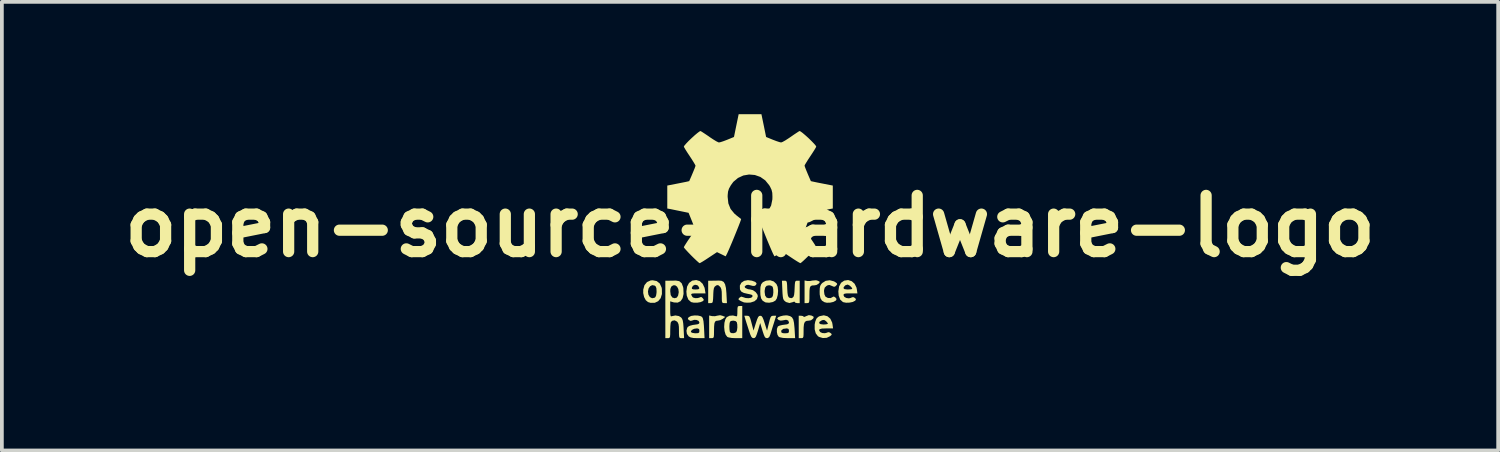
<source format=kicad_pcb>
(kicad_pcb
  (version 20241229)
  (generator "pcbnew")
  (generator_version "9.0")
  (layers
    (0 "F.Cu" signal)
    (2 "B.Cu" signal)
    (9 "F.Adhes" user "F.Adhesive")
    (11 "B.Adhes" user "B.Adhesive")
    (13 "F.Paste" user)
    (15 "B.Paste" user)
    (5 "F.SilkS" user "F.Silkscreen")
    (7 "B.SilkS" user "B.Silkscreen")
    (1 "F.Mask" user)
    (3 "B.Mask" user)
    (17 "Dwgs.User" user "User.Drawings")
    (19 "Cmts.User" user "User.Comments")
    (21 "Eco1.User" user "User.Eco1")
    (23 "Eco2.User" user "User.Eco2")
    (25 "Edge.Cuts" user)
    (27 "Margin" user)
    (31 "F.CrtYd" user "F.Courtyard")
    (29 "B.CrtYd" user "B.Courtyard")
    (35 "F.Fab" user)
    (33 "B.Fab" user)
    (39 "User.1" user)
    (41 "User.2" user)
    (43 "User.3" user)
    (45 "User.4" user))
  (footprint "open-source-hardware-logo"
    (layer "F.Cu")
    (at 16.979 2.99)
    (property "Reference" "open-source-hardware-logo" (at 0 0 0) (layer "F.SilkS") (effects (font (size 1.5 1.5) (thickness 0.3))))
    (attr board_only exclude_from_pos_files exclude_from_bom)
    (fp_poly (pts (xy -0.74 2.392) (xy -0.663 2.422) (xy -0.724 2.472) (xy -0.794 2.509) (xy -0.858 2.522) (xy -0.905 2.528) (xy -0.935 2.551) (xy -0.952 2.6) (xy -0.96 2.685) (xy -0.962 2.797) (xy -0.963 2.895) (xy -0.968 2.953) (xy -0.981 2.981) (xy -1.005 2.989) (xy -1.027 2.99) (xy -1.092 2.99) (xy -1.092 2.688) (xy -1.092 2.385) (xy -1.014 2.401) (xy -0.937 2.404) (xy -0.877 2.39) (xy -0.8 2.377)) (stroke (width 0) (type solid)) (fill yes) (layer "F.SilkS"))
    (fp_poly (pts (xy 1.806 1.456) (xy 1.855 1.477) (xy 1.86 1.5) (xy 1.834 1.533) (xy 1.774 1.57) (xy 1.717 1.58) (xy 1.657 1.583) (xy 1.619 1.601) (xy 1.597 1.644) (xy 1.588 1.721) (xy 1.586 1.834) (xy 1.585 1.941) (xy 1.581 2.006) (xy 1.571 2.039) (xy 1.552 2.052) (xy 1.521 2.054) (xy 1.456 2.054) (xy 1.456 1.752) (xy 1.456 1.45) (xy 1.525 1.463) (xy 1.604 1.464) (xy 1.664 1.452) (xy 1.763 1.444)) (stroke (width 0) (type solid)) (fill yes) (layer "F.SilkS"))
    (fp_poly (pts (xy 1.637 2.386) (xy 1.645 2.389) (xy 1.693 2.413) (xy 1.699 2.44) (xy 1.684 2.469) (xy 1.627 2.513) (xy 1.572 2.522) (xy 1.507 2.529) (xy 1.465 2.555) (xy 1.441 2.611) (xy 1.431 2.703) (xy 1.43 2.787) (xy 1.429 2.889) (xy 1.425 2.949) (xy 1.413 2.979) (xy 1.391 2.989) (xy 1.365 2.99) (xy 1.3 2.99) (xy 1.3 2.691) (xy 1.3 2.392) (xy 1.365 2.392) (xy 1.414 2.4) (xy 1.43 2.417) (xy 1.449 2.423) (xy 1.496 2.404) (xy 1.501 2.401) (xy 1.57 2.375)) (stroke (width 0) (type solid)) (fill yes) (layer "F.SilkS"))
    (fp_poly (pts (xy -2.492 1.466) (xy -2.411 1.53) (xy -2.363 1.634) (xy -2.355 1.674) (xy -2.353 1.812) (xy -2.387 1.923) (xy -2.453 2.003) (xy -2.544 2.046) (xy -2.655 2.047) (xy -2.724 2.027) (xy -2.784 1.977) (xy -2.829 1.892) (xy -2.853 1.786) (xy -2.852 1.745) (xy -2.726 1.745) (xy -2.715 1.826) (xy -2.675 1.893) (xy -2.616 1.924) (xy -2.552 1.912) (xy -2.527 1.893) (xy -2.508 1.849) (xy -2.497 1.776) (xy -2.496 1.738) (xy -2.501 1.655) (xy -2.521 1.607) (xy -2.548 1.586) (xy -2.613 1.574) (xy -2.669 1.604) (xy -2.71 1.664) (xy -2.726 1.745) (xy -2.852 1.745) (xy -2.852 1.694) (xy -2.819 1.575) (xy -2.751 1.492) (xy -2.655 1.449) (xy -2.601 1.444)) (stroke (width 0) (type solid)) (fill yes) (layer "F.SilkS"))
    (fp_poly (pts (xy -0.759 1.459) (xy -0.704 1.489) (xy -0.667 1.551) (xy -0.643 1.651) (xy -0.63 1.796) (xy -0.63 1.805) (xy -0.617 2.054) (xy -0.685 2.054) (xy -0.72 2.052) (xy -0.741 2.038) (xy -0.751 2.003) (xy -0.754 1.933) (xy -0.754 1.859) (xy -0.756 1.752) (xy -0.766 1.683) (xy -0.785 1.637) (xy -0.808 1.61) (xy -0.851 1.574) (xy -0.888 1.576) (xy -0.918 1.594) (xy -0.947 1.619) (xy -0.965 1.657) (xy -0.976 1.72) (xy -0.982 1.82) (xy -0.982 1.842) (xy -0.987 1.947) (xy -0.994 2.009) (xy -1.006 2.041) (xy -1.028 2.052) (xy -1.054 2.054) (xy -1.118 2.054) (xy -1.118 1.755) (xy -1.118 1.457) (xy -1.02 1.456) (xy -0.927 1.455) (xy -0.837 1.452) (xy -0.836 1.452)) (stroke (width 0) (type solid)) (fill yes) (layer "F.SilkS"))
    (fp_poly (pts (xy 0.952 1.458) (xy 0.972 1.472) (xy 0.984 1.507) (xy 0.99 1.575) (xy 0.993 1.668) (xy 1 1.78) (xy 1.011 1.851) (xy 1.029 1.892) (xy 1.046 1.908) (xy 1.103 1.923) (xy 1.137 1.908) (xy 1.162 1.882) (xy 1.177 1.833) (xy 1.186 1.751) (xy 1.19 1.668) (xy 1.195 1.563) (xy 1.202 1.5) (xy 1.214 1.469) (xy 1.236 1.457) (xy 1.262 1.456) (xy 1.326 1.456) (xy 1.326 1.755) (xy 1.326 2.054) (xy 1.261 2.054) (xy 1.212 2.045) (xy 1.196 2.027) (xy 1.18 2.013) (xy 1.146 2.027) (xy 1.052 2.052) (xy 0.963 2.026) (xy 0.934 2.005) (xy 0.905 1.977) (xy 0.886 1.94) (xy 0.875 1.883) (xy 0.867 1.793) (xy 0.863 1.706) (xy 0.852 1.456) (xy 0.919 1.456)) (stroke (width 0) (type solid)) (fill yes) (layer "F.SilkS"))
    (fp_poly (pts (xy 0.633 1.476) (xy 0.705 1.545) (xy 0.737 1.619) (xy 0.749 1.726) (xy 0.74 1.836) (xy 0.715 1.93) (xy 0.678 1.987) (xy 0.605 2.026) (xy 0.511 2.044) (xy 0.422 2.037) (xy 0.402 2.03) (xy 0.336 1.99) (xy 0.296 1.929) (xy 0.277 1.837) (xy 0.274 1.756) (xy 0.39 1.756) (xy 0.403 1.853) (xy 0.442 1.908) (xy 0.507 1.924) (xy 0.567 1.91) (xy 0.593 1.893) (xy 0.613 1.845) (xy 0.622 1.77) (xy 0.62 1.689) (xy 0.606 1.625) (xy 0.601 1.615) (xy 0.56 1.588) (xy 0.507 1.579) (xy 0.443 1.592) (xy 0.406 1.636) (xy 0.391 1.718) (xy 0.39 1.756) (xy 0.274 1.756) (xy 0.273 1.742) (xy 0.278 1.625) (xy 0.299 1.547) (xy 0.342 1.496) (xy 0.414 1.461) (xy 0.431 1.455) (xy 0.537 1.444)) (stroke (width 0) (type solid)) (fill yes) (layer "F.SilkS"))
    (fp_poly (pts (xy 2.238 1.472) (xy 2.273 1.491) (xy 2.319 1.526) (xy 2.326 1.552) (xy 2.301 1.585) (xy 2.267 1.615) (xy 2.231 1.615) (xy 2.181 1.594) (xy 2.122 1.57) (xy 2.079 1.575) (xy 2.04 1.597) (xy 1.994 1.641) (xy 1.977 1.705) (xy 1.976 1.741) (xy 1.986 1.821) (xy 2.013 1.879) (xy 2.017 1.883) (xy 2.081 1.918) (xy 2.154 1.919) (xy 2.205 1.892) (xy 2.238 1.877) (xy 2.278 1.903) (xy 2.281 1.905) (xy 2.31 1.943) (xy 2.301 1.973) (xy 2.284 1.991) (xy 2.224 2.023) (xy 2.138 2.042) (xy 2.048 2.044) (xy 1.988 2.03) (xy 1.92 1.988) (xy 1.88 1.923) (xy 1.861 1.827) (xy 1.859 1.751) (xy 1.862 1.656) (xy 1.874 1.594) (xy 1.901 1.547) (xy 1.93 1.516) (xy 2.021 1.459) (xy 2.129 1.444)) (stroke (width 0) (type solid)) (fill yes) (layer "F.SilkS"))
    (fp_poly (pts (xy -0.208 2.561) (xy -0.208 2.99) (xy -0.385 2.99) (xy -0.489 2.985) (xy -0.57 2.971) (xy -0.607 2.957) (xy -0.652 2.896) (xy -0.68 2.802) (xy -0.691 2.692) (xy -0.69 2.674) (xy -0.552 2.674) (xy -0.549 2.754) (xy -0.54 2.817) (xy -0.534 2.832) (xy -0.493 2.856) (xy -0.433 2.857) (xy -0.378 2.836) (xy -0.369 2.829) (xy -0.349 2.782) (xy -0.339 2.706) (xy -0.341 2.624) (xy -0.354 2.563) (xy -0.389 2.533) (xy -0.448 2.522) (xy -0.507 2.531) (xy -0.535 2.552) (xy -0.547 2.599) (xy -0.552 2.674) (xy -0.69 2.674) (xy -0.684 2.581) (xy -0.659 2.487) (xy -0.622 2.429) (xy -0.548 2.392) (xy -0.455 2.385) (xy -0.383 2.403) (xy -0.358 2.409) (xy -0.344 2.39) (xy -0.339 2.336) (xy -0.338 2.278) (xy -0.336 2.195) (xy -0.328 2.151) (xy -0.307 2.134) (xy -0.273 2.132) (xy -0.208 2.132)) (stroke (width 0) (type solid)) (fill yes) (layer "F.SilkS"))
    (fp_poly (pts (xy 2.067 2.405) (xy 2.144 2.471) (xy 2.193 2.574) (xy 2.202 2.623) (xy 2.217 2.73) (xy 2.031 2.73) (xy 1.921 2.734) (xy 1.859 2.75) (xy 1.843 2.777) (xy 1.868 2.819) (xy 1.877 2.829) (xy 1.929 2.853) (xy 1.999 2.858) (xy 2.058 2.843) (xy 2.068 2.836) (xy 2.108 2.83) (xy 2.145 2.85) (xy 2.179 2.879) (xy 2.176 2.903) (xy 2.136 2.939) (xy 2.135 2.939) (xy 2.048 2.981) (xy 1.944 2.987) (xy 1.845 2.958) (xy 1.812 2.937) (xy 1.755 2.862) (xy 1.726 2.755) (xy 1.726 2.629) (xy 1.733 2.59) (xy 1.845 2.59) (xy 1.883 2.616) (xy 1.963 2.626) (xy 2.033 2.621) (xy 2.074 2.61) (xy 2.08 2.604) (xy 2.062 2.572) (xy 2.028 2.535) (xy 1.979 2.503) (xy 1.926 2.51) (xy 1.911 2.517) (xy 1.853 2.555) (xy 1.845 2.59) (xy 1.733 2.59) (xy 1.741 2.55) (xy 1.771 2.472) (xy 1.816 2.425) (xy 1.861 2.402) (xy 1.97 2.38)) (stroke (width 0) (type solid)) (fill yes) (layer "F.SilkS"))
    (fp_poly (pts (xy -1.341 1.468) (xy -1.265 1.539) (xy -1.215 1.643) (xy -1.207 1.684) (xy -1.189 1.794) (xy -1.387 1.794) (xy -1.487 1.795) (xy -1.544 1.8) (xy -1.569 1.812) (xy -1.57 1.832) (xy -1.567 1.839) (xy -1.539 1.888) (xy -1.523 1.904) (xy -1.467 1.921) (xy -1.398 1.92) (xy -1.342 1.903) (xy -1.336 1.897) (xy -1.3 1.891) (xy -1.265 1.92) (xy -1.236 1.959) (xy -1.244 1.987) (xy -1.26 2.001) (xy -1.321 2.028) (xy -1.409 2.043) (xy -1.501 2.043) (xy -1.573 2.027) (xy -1.576 2.025) (xy -1.648 1.96) (xy -1.69 1.854) (xy -1.7 1.744) (xy -1.686 1.647) (xy -1.555 1.647) (xy -1.55 1.675) (xy -1.513 1.687) (xy -1.456 1.69) (xy -1.387 1.686) (xy -1.358 1.67) (xy -1.356 1.647) (xy -1.384 1.598) (xy -1.41 1.576) (xy -1.47 1.564) (xy -1.525 1.592) (xy -1.555 1.647) (xy -1.686 1.647) (xy -1.682 1.614) (xy -1.629 1.516) (xy -1.545 1.455) (xy -1.541 1.454) (xy -1.436 1.438)) (stroke (width 0) (type solid)) (fill yes) (layer "F.SilkS"))
    (fp_poly (pts (xy 2.715 1.469) (xy 2.792 1.537) (xy 2.842 1.638) (xy 2.852 1.687) (xy 2.867 1.794) (xy 2.681 1.794) (xy 2.584 1.795) (xy 2.528 1.802) (xy 2.502 1.816) (xy 2.496 1.841) (xy 2.496 1.843) (xy 2.518 1.888) (xy 2.572 1.917) (xy 2.64 1.927) (xy 2.701 1.912) (xy 2.718 1.9) (xy 2.758 1.894) (xy 2.794 1.913) (xy 2.828 1.945) (xy 2.821 1.973) (xy 2.803 1.992) (xy 2.744 2.023) (xy 2.657 2.041) (xy 2.564 2.044) (xy 2.488 2.029) (xy 2.479 2.025) (xy 2.407 1.96) (xy 2.367 1.854) (xy 2.358 1.741) (xy 2.371 1.656) (xy 2.496 1.656) (xy 2.52 1.68) (xy 2.593 1.69) (xy 2.613 1.69) (xy 2.683 1.686) (xy 2.724 1.678) (xy 2.73 1.672) (xy 2.71 1.632) (xy 2.664 1.589) (xy 2.615 1.562) (xy 2.601 1.56) (xy 2.542 1.58) (xy 2.502 1.628) (xy 2.496 1.656) (xy 2.371 1.656) (xy 2.378 1.608) (xy 2.431 1.511) (xy 2.515 1.454) (xy 2.619 1.438)) (stroke (width 0) (type solid)) (fill yes) (layer "F.SilkS"))
    (fp_poly (pts (xy 0.049 1.455) (xy 0.137 1.487) (xy 0.174 1.523) (xy 0.162 1.564) (xy 0.152 1.575) (xy 0.116 1.596) (xy 0.064 1.593) (xy 0.02 1.581) (xy -0.052 1.565) (xy -0.099 1.574) (xy -0.118 1.587) (xy -0.146 1.617) (xy -0.132 1.643) (xy -0.114 1.656) (xy -0.054 1.682) (xy 0.006 1.69) (xy 0.079 1.71) (xy 0.149 1.759) (xy 0.196 1.823) (xy 0.208 1.868) (xy 0.184 1.947) (xy 0.118 2.005) (xy 0.017 2.038) (xy 0 2.04) (xy -0.084 2.043) (xy -0.153 2.037) (xy -0.169 2.033) (xy -0.236 2.004) (xy -0.273 1.984) (xy -0.309 1.957) (xy -0.301 1.929) (xy -0.283 1.91) (xy -0.237 1.881) (xy -0.187 1.895) (xy -0.118 1.918) (xy -0.041 1.923) (xy 0.025 1.913) (xy 0.061 1.887) (xy 0.061 1.886) (xy 0.067 1.854) (xy 0.048 1.834) (xy -0.005 1.818) (xy -0.065 1.806) (xy -0.167 1.782) (xy -0.229 1.75) (xy -0.262 1.704) (xy -0.27 1.679) (xy -0.272 1.585) (xy -0.232 1.51) (xy -0.158 1.46) (xy -0.057 1.441)) (stroke (width 0) (type solid)) (fill yes) (layer "F.SilkS"))
    (fp_poly (pts (xy -1.393 2.386) (xy -1.313 2.405) (xy -1.28 2.426) (xy -1.259 2.466) (xy -1.243 2.541) (xy -1.232 2.658) (xy -1.228 2.728) (xy -1.215 2.99) (xy -1.398 2.99) (xy -1.51 2.986) (xy -1.585 2.971) (xy -1.636 2.944) (xy -1.639 2.942) (xy -1.685 2.876) (xy -1.696 2.807) (xy -1.579 2.807) (xy -1.575 2.83) (xy -1.54 2.849) (xy -1.474 2.859) (xy -1.454 2.86) (xy -1.388 2.856) (xy -1.359 2.839) (xy -1.352 2.799) (xy -1.352 2.795) (xy -1.361 2.747) (xy -1.399 2.731) (xy -1.425 2.73) (xy -1.495 2.741) (xy -1.551 2.77) (xy -1.579 2.807) (xy -1.696 2.807) (xy -1.698 2.792) (xy -1.678 2.714) (xy -1.657 2.686) (xy -1.608 2.659) (xy -1.529 2.638) (xy -1.484 2.632) (xy -1.403 2.62) (xy -1.363 2.603) (xy -1.352 2.573) (xy -1.352 2.571) (xy -1.374 2.529) (xy -1.427 2.504) (xy -1.492 2.501) (xy -1.535 2.516) (xy -1.586 2.53) (xy -1.629 2.509) (xy -1.661 2.479) (xy -1.654 2.451) (xy -1.632 2.427) (xy -1.573 2.397) (xy -1.486 2.384)) (stroke (width 0) (type solid)) (fill yes) (layer "F.SilkS"))
    (fp_poly (pts (xy 0.996 2.383) (xy 1.07 2.402) (xy 1.12 2.435) (xy 1.154 2.492) (xy 1.174 2.583) (xy 1.187 2.714) (xy 1.189 2.74) (xy 1.204 2.99) (xy 1.01 2.99) (xy 0.88 2.984) (xy 0.793 2.966) (xy 0.766 2.953) (xy 0.733 2.902) (xy 0.716 2.825) (xy 0.717 2.811) (xy 0.832 2.811) (xy 0.842 2.843) (xy 0.88 2.857) (xy 0.936 2.86) (xy 1.003 2.856) (xy 1.033 2.839) (xy 1.04 2.8) (xy 1.04 2.795) (xy 1.029 2.745) (xy 0.987 2.73) (xy 0.977 2.73) (xy 0.885 2.742) (xy 0.838 2.78) (xy 0.832 2.811) (xy 0.717 2.811) (xy 0.718 2.743) (xy 0.741 2.682) (xy 0.747 2.675) (xy 0.789 2.655) (xy 0.862 2.638) (xy 0.908 2.632) (xy 0.988 2.621) (xy 1.028 2.603) (xy 1.04 2.574) (xy 1.04 2.57) (xy 1.019 2.519) (xy 0.964 2.499) (xy 0.886 2.513) (xy 0.884 2.514) (xy 0.819 2.522) (xy 0.761 2.505) (xy 0.729 2.469) (xy 0.728 2.459) (xy 0.751 2.432) (xy 0.809 2.407) (xy 0.884 2.388) (xy 0.961 2.381)) (stroke (width 0) (type solid)) (fill yes) (layer "F.SilkS"))
    (fp_poly (pts (xy -0.045 2.395) (xy -0.019 2.412) (xy 0.002 2.454) (xy 0.025 2.529) (xy 0.041 2.59) (xy 0.093 2.788) (xy 0.155 2.59) (xy 0.189 2.489) (xy 0.216 2.428) (xy 0.242 2.399) (xy 0.273 2.392) (xy 0.304 2.399) (xy 0.33 2.429) (xy 0.357 2.489) (xy 0.391 2.591) (xy 0.391 2.591) (xy 0.454 2.79) (xy 0.503 2.591) (xy 0.528 2.491) (xy 0.549 2.432) (xy 0.571 2.403) (xy 0.601 2.393) (xy 0.625 2.392) (xy 0.698 2.392) (xy 0.635 2.593) (xy 0.6 2.703) (xy 0.568 2.808) (xy 0.544 2.885) (xy 0.542 2.892) (xy 0.513 2.959) (xy 0.477 2.987) (xy 0.452 2.99) (xy 0.42 2.984) (xy 0.395 2.959) (xy 0.37 2.905) (xy 0.339 2.812) (xy 0.332 2.789) (xy 0.271 2.587) (xy 0.212 2.789) (xy 0.179 2.89) (xy 0.154 2.951) (xy 0.129 2.981) (xy 0.099 2.99) (xy 0.094 2.99) (xy 0.062 2.982) (xy 0.035 2.954) (xy 0.007 2.894) (xy -0.025 2.801) (xy -0.06 2.691) (xy -0.095 2.583) (xy -0.12 2.502) (xy -0.153 2.392) (xy -0.082 2.392)) (stroke (width 0) (type solid)) (fill yes) (layer "F.SilkS"))
    (fp_poly (pts (xy -1.89 1.468) (xy -1.825 1.525) (xy -1.787 1.626) (xy -1.781 1.662) (xy -1.775 1.809) (xy -1.801 1.923) (xy -1.854 2.002) (xy -1.932 2.041) (xy -2.033 2.036) (xy -2.047 2.032) (xy -2.132 2.007) (xy -2.132 2.215) (xy -2.131 2.318) (xy -2.126 2.378) (xy -2.116 2.405) (xy -2.098 2.407) (xy -2.086 2.403) (xy -1.993 2.384) (xy -1.9 2.4) (xy -1.84 2.438) (xy -1.814 2.473) (xy -1.796 2.522) (xy -1.784 2.598) (xy -1.775 2.712) (xy -1.774 2.741) (xy -1.761 2.99) (xy -1.829 2.99) (xy -1.864 2.988) (xy -1.885 2.974) (xy -1.894 2.938) (xy -1.898 2.869) (xy -1.898 2.795) (xy -1.9 2.687) (xy -1.91 2.617) (xy -1.93 2.572) (xy -1.949 2.548) (xy -2.013 2.514) (xy -2.077 2.526) (xy -2.112 2.559) (xy -2.121 2.597) (xy -2.128 2.672) (xy -2.131 2.769) (xy -2.131 2.788) (xy -2.132 2.889) (xy -2.137 2.949) (xy -2.149 2.979) (xy -2.172 2.989) (xy -2.197 2.99) (xy -2.262 2.99) (xy -2.262 2.223) (xy -2.262 1.737) (xy -2.131 1.737) (xy -2.118 1.841) (xy -2.076 1.904) (xy -2.013 1.924) (xy -1.955 1.906) (xy -1.921 1.853) (xy -1.904 1.763) (xy -1.915 1.679) (xy -1.949 1.614) (xy -2.001 1.578) (xy -2.054 1.58) (xy -2.104 1.614) (xy -2.128 1.677) (xy -2.131 1.737) (xy -2.262 1.737) (xy -2.262 1.457) (xy -2.164 1.456) (xy -2.072 1.455) (xy -1.983 1.452) (xy -1.982 1.452)) (stroke (width 0) (type solid)) (fill yes) (layer "F.SilkS"))
    (fp_poly (pts (xy 0.367 -2.686) (xy 0.429 -2.382) (xy 0.608 -2.309) (xy 0.702 -2.273) (xy 0.78 -2.247) (xy 0.828 -2.236) (xy 0.83 -2.236) (xy 0.869 -2.25) (xy 0.938 -2.288) (xy 1.025 -2.344) (xy 1.08 -2.381) (xy 1.172 -2.445) (xy 1.252 -2.498) (xy 1.306 -2.533) (xy 1.322 -2.541) (xy 1.351 -2.529) (xy 1.406 -2.488) (xy 1.479 -2.426) (xy 1.559 -2.354) (xy 1.637 -2.278) (xy 1.704 -2.209) (xy 1.751 -2.155) (xy 1.768 -2.125) (xy 1.754 -2.096) (xy 1.717 -2.034) (xy 1.663 -1.949) (xy 1.612 -1.872) (xy 1.548 -1.775) (xy 1.497 -1.693) (xy 1.464 -1.637) (xy 1.456 -1.616) (xy 1.466 -1.582) (xy 1.494 -1.509) (xy 1.537 -1.405) (xy 1.591 -1.279) (xy 1.624 -1.204) (xy 1.649 -1.197) (xy 1.715 -1.183) (xy 1.811 -1.163) (xy 1.918 -1.142) (xy 2.21 -1.085) (xy 2.21 -0.778) (xy 2.21 -0.472) (xy 2.138 -0.459) (xy 2.079 -0.447) (xy 1.987 -0.428) (xy 1.879 -0.406) (xy 1.854 -0.401) (xy 1.641 -0.357) (xy 1.557 -0.149) (xy 1.519 -0.051) (xy 1.49 0.029) (xy 1.475 0.08) (xy 1.474 0.088) (xy 1.488 0.121) (xy 1.526 0.185) (xy 1.581 0.27) (xy 1.621 0.329) (xy 1.683 0.421) (xy 1.733 0.498) (xy 1.762 0.549) (xy 1.768 0.564) (xy 1.75 0.59) (xy 1.704 0.643) (xy 1.639 0.712) (xy 1.563 0.79) (xy 1.486 0.865) (xy 1.418 0.929) (xy 1.367 0.973) (xy 1.345 0.988) (xy 1.316 0.974) (xy 1.255 0.938) (xy 1.17 0.884) (xy 1.104 0.84) (xy 0.882 0.693) (xy 0.766 0.749) (xy 0.651 0.805) (xy 0.614 0.734) (xy 0.589 0.679) (xy 0.551 0.592) (xy 0.504 0.482) (xy 0.452 0.358) (xy 0.399 0.228) (xy 0.348 0.101) (xy 0.302 -0.013) (xy 0.267 -0.105) (xy 0.244 -0.168) (xy 0.238 -0.191) (xy 0.261 -0.209) (xy 0.313 -0.25) (xy 0.368 -0.293) (xy 0.488 -0.414) (xy 0.563 -0.552) (xy 0.596 -0.715) (xy 0.598 -0.783) (xy 0.594 -0.889) (xy 0.575 -0.97) (xy 0.536 -1.053) (xy 0.513 -1.092) (xy 0.407 -1.223) (xy 0.276 -1.315) (xy 0.129 -1.367) (xy -0.026 -1.38) (xy -0.179 -1.354) (xy -0.322 -1.288) (xy -0.446 -1.184) (xy -0.513 -1.092) (xy -0.563 -1.001) (xy -0.588 -0.922) (xy -0.597 -0.829) (xy -0.598 -0.783) (xy -0.579 -0.608) (xy -0.52 -0.461) (xy -0.417 -0.335) (xy -0.368 -0.293) (xy -0.302 -0.241) (xy -0.254 -0.204) (xy -0.238 -0.191) (xy -0.244 -0.167) (xy -0.267 -0.103) (xy -0.303 -0.01) (xy -0.349 0.105) (xy -0.4 0.231) (xy -0.453 0.361) (xy -0.505 0.485) (xy -0.552 0.595) (xy -0.59 0.681) (xy -0.614 0.734) (xy -0.651 0.805) (xy -0.766 0.749) (xy -0.882 0.693) (xy -1.104 0.84) (xy -1.198 0.902) (xy -1.277 0.951) (xy -1.33 0.981) (xy -1.346 0.988) (xy -1.371 0.971) (xy -1.425 0.923) (xy -1.498 0.854) (xy -1.567 0.786) (xy -1.648 0.702) (xy -1.714 0.631) (xy -1.756 0.582) (xy -1.768 0.562) (xy -1.754 0.533) (xy -1.716 0.472) (xy -1.662 0.388) (xy -1.621 0.329) (xy -1.559 0.236) (xy -1.509 0.157) (xy -1.479 0.104) (xy -1.474 0.088) (xy -1.483 0.052) (xy -1.507 -0.019) (xy -1.542 -0.112) (xy -1.557 -0.149) (xy -1.641 -0.357) (xy -1.854 -0.401) (xy -1.963 -0.423) (xy -2.06 -0.443) (xy -2.128 -0.457) (xy -2.138 -0.459) (xy -2.21 -0.472) (xy -2.21 -0.778) (xy -2.21 -1.085) (xy -1.918 -1.142) (xy -1.803 -1.165) (xy -1.708 -1.184) (xy -1.646 -1.198) (xy -1.624 -1.204) (xy -1.565 -1.339) (xy -1.516 -1.456) (xy -1.479 -1.546) (xy -1.459 -1.603) (xy -1.456 -1.616) (xy -1.47 -1.646) (xy -1.507 -1.709) (xy -1.561 -1.795) (xy -1.612 -1.872) (xy -1.676 -1.969) (xy -1.727 -2.05) (xy -1.759 -2.105) (xy -1.768 -2.125) (xy -1.75 -2.156) (xy -1.702 -2.211) (xy -1.635 -2.281) (xy -1.556 -2.356) (xy -1.476 -2.429) (xy -1.404 -2.489) (xy -1.349 -2.53) (xy -1.322 -2.541) (xy -1.286 -2.52) (xy -1.22 -2.477) (xy -1.133 -2.419) (xy -1.08 -2.381) (xy -0.986 -2.319) (xy -0.905 -2.269) (xy -0.848 -2.241) (xy -0.83 -2.236) (xy -0.786 -2.245) (xy -0.71 -2.27) (xy -0.618 -2.305) (xy -0.608 -2.309) (xy -0.429 -2.382) (xy -0.367 -2.686) (xy -0.304 -2.99) (xy 0 -2.99) (xy 0.304 -2.99)) (stroke (width 0) (type solid)) (fill yes) (layer "F.SilkS")))
  (gr_rect
    (start -3 -3)
    (end 36.957 8.98)
    (stroke (width 0.1) (type default))
    (fill no)
    (layer "Edge.Cuts")))
</source>
